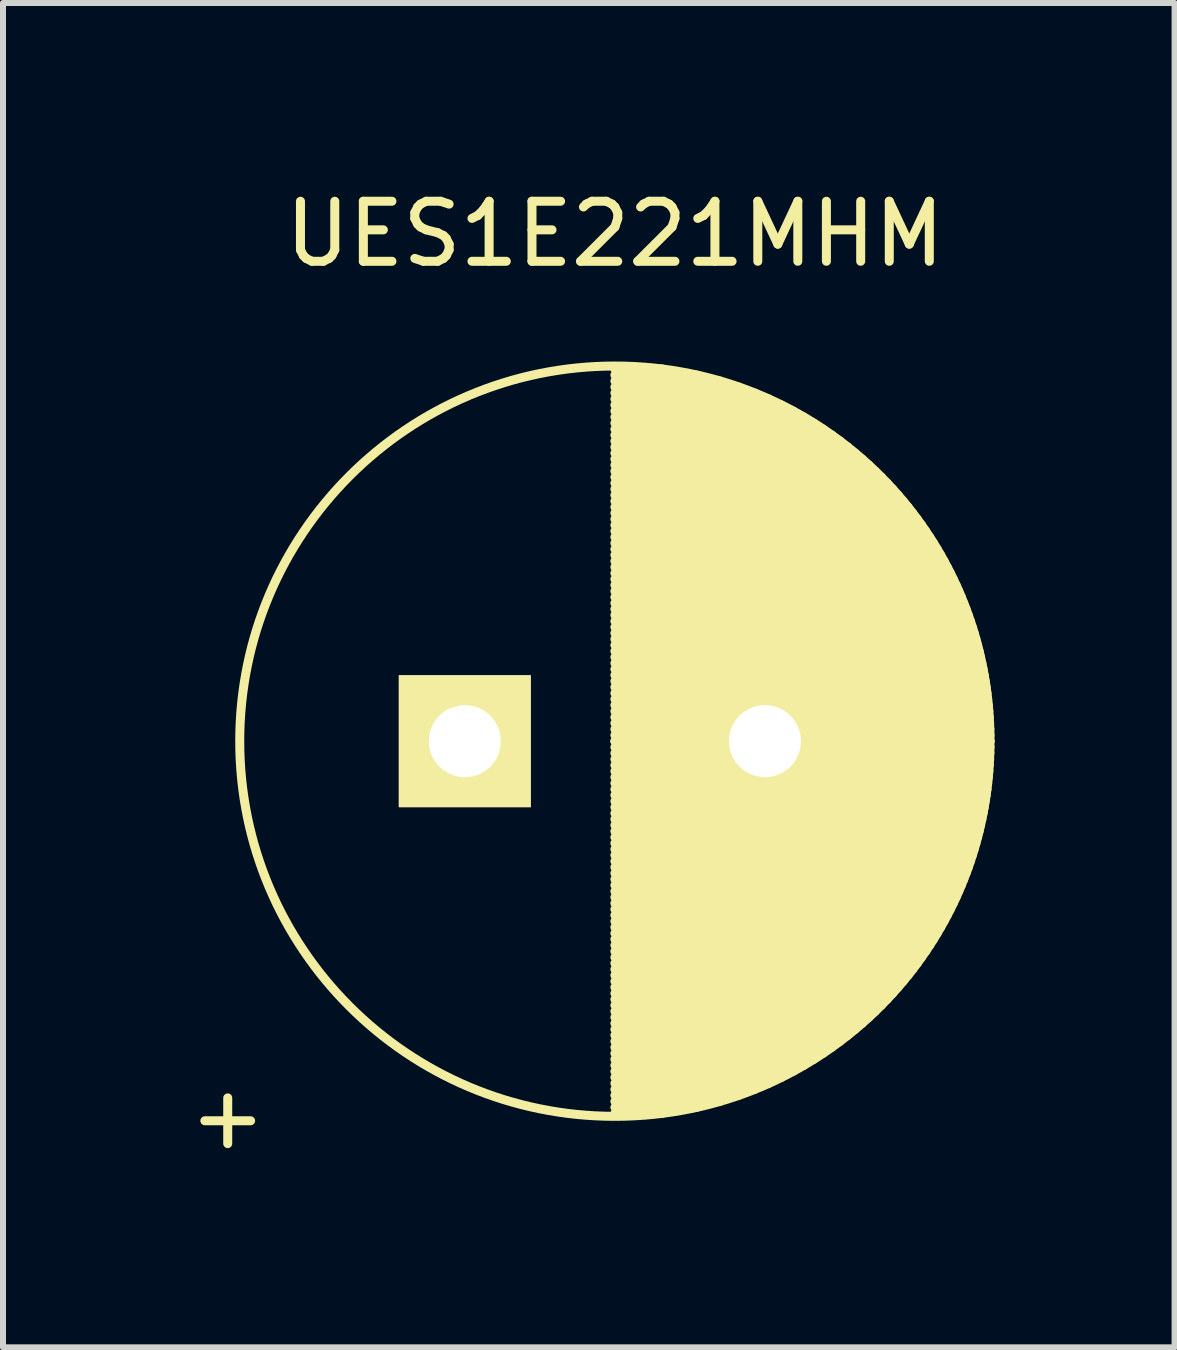
<source format=kicad_pcb>
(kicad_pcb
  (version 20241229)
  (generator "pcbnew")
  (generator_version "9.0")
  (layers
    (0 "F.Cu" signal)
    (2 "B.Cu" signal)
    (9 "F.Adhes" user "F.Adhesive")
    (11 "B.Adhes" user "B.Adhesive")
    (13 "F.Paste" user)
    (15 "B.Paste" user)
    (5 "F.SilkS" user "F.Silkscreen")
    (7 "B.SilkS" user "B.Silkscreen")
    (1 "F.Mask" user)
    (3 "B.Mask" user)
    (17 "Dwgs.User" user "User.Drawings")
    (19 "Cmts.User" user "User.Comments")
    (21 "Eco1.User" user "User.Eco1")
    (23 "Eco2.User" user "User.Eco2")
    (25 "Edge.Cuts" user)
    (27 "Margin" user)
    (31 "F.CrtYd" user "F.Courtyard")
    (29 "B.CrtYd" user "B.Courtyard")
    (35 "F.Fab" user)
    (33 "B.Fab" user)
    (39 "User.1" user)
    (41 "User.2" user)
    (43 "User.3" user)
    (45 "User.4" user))
  (footprint "UES1E221MHM"
    (layer "F.Cu")
    (at 4.694 9.298)
    (property "Reference" "UES1E221MHM" (at 2.5 -8.45 0) (layer "F.SilkS") (effects (font (size 1 1) (thickness 0.15))))
    (attr through_hole)
    (fp_line (start 2.5 -6.2) (end 3.289 -6.2) (stroke (width 0.15) (type solid)) (layer "F.SilkS"))
    (fp_line (start 2.5 -6.1) (end 3.861 -6.1) (stroke (width 0.15) (type solid)) (layer "F.SilkS"))
    (fp_line (start 2.5 -6) (end 4.25 -6) (stroke (width 0.15) (type solid)) (layer "F.SilkS"))
    (fp_line (start 2.5 -5.9) (end 4.562 -5.9) (stroke (width 0.15) (type solid)) (layer "F.SilkS"))
    (fp_line (start 2.5 -5.8) (end 4.829 -5.8) (stroke (width 0.15) (type solid)) (layer "F.SilkS"))
    (fp_line (start 2.5 -5.7) (end 5.064 -5.7) (stroke (width 0.15) (type solid)) (layer "F.SilkS"))
    (fp_line (start 2.5 -5.6) (end 5.275 -5.6) (stroke (width 0.15) (type solid)) (layer "F.SilkS"))
    (fp_line (start 2.5 -5.5) (end 5.469 -5.5) (stroke (width 0.15) (type solid)) (layer "F.SilkS"))
    (fp_line (start 2.5 -5.4) (end 5.647 -5.4) (stroke (width 0.15) (type solid)) (layer "F.SilkS"))
    (fp_line (start 2.5 -5.3) (end 5.812 -5.3) (stroke (width 0.15) (type solid)) (layer "F.SilkS"))
    (fp_line (start 2.5 -5.2) (end 5.967 -5.2) (stroke (width 0.15) (type solid)) (layer "F.SilkS"))
    (fp_line (start 2.5 -5.1) (end 6.113 -5.1) (stroke (width 0.15) (type solid)) (layer "F.SilkS"))
    (fp_line (start 2.5 -5) (end 6.25 -5) (stroke (width 0.15) (type solid)) (layer "F.SilkS"))
    (fp_line (start 2.5 -4.9) (end 6.38 -4.9) (stroke (width 0.15) (type solid)) (layer "F.SilkS"))
    (fp_line (start 2.5 -4.8) (end 6.503 -4.8) (stroke (width 0.15) (type solid)) (layer "F.SilkS"))
    (fp_line (start 2.5 -4.7) (end 6.62 -4.7) (stroke (width 0.15) (type solid)) (layer "F.SilkS"))
    (fp_line (start 2.5 -4.6) (end 6.731 -4.6) (stroke (width 0.15) (type solid)) (layer "F.SilkS"))
    (fp_line (start 2.5 -4.5) (end 6.837 -4.5) (stroke (width 0.15) (type solid)) (layer "F.SilkS"))
    (fp_line (start 2.5 -4.4) (end 6.939 -4.4) (stroke (width 0.15) (type solid)) (layer "F.SilkS"))
    (fp_line (start 2.5 -4.3) (end 7.036 -4.3) (stroke (width 0.15) (type solid)) (layer "F.SilkS"))
    (fp_line (start 2.5 -4.2) (end 7.128 -4.2) (stroke (width 0.15) (type solid)) (layer "F.SilkS"))
    (fp_line (start 2.5 -4.1) (end 7.217 -4.1) (stroke (width 0.15) (type solid)) (layer "F.SilkS"))
    (fp_line (start 2.5 -4) (end 7.302 -4) (stroke (width 0.15) (type solid)) (layer "F.SilkS"))
    (fp_line (start 2.5 -3.9) (end 7.384 -3.9) (stroke (width 0.15) (type solid)) (layer "F.SilkS"))
    (fp_line (start 2.5 -3.8) (end 7.462 -3.8) (stroke (width 0.15) (type solid)) (layer "F.SilkS"))
    (fp_line (start 2.5 -3.7) (end 7.537 -3.7) (stroke (width 0.15) (type solid)) (layer "F.SilkS"))
    (fp_line (start 2.5 -3.6) (end 7.609 -3.6) (stroke (width 0.15) (type solid)) (layer "F.SilkS"))
    (fp_line (start 2.5 -3.5) (end 7.678 -3.5) (stroke (width 0.15) (type solid)) (layer "F.SilkS"))
    (fp_line (start 2.5 -3.4) (end 7.744 -3.4) (stroke (width 0.15) (type solid)) (layer "F.SilkS"))
    (fp_line (start 2.5 -3.3) (end 7.808 -3.3) (stroke (width 0.15) (type solid)) (layer "F.SilkS"))
    (fp_line (start 2.5 -3.2) (end 7.869 -3.2) (stroke (width 0.15) (type solid)) (layer "F.SilkS"))
    (fp_line (start 2.5 -3.1) (end 7.927 -3.1) (stroke (width 0.15) (type solid)) (layer "F.SilkS"))
    (fp_line (start 2.5 -3) (end 7.983 -3) (stroke (width 0.15) (type solid)) (layer "F.SilkS"))
    (fp_line (start 2.5 -2.9) (end 8.036 -2.9) (stroke (width 0.15) (type solid)) (layer "F.SilkS"))
    (fp_line (start 2.5 -2.8) (end 8.088 -2.8) (stroke (width 0.15) (type solid)) (layer "F.SilkS"))
    (fp_line (start 2.5 -2.7) (end 8.137 -2.7) (stroke (width 0.15) (type solid)) (layer "F.SilkS"))
    (fp_line (start 2.5 -2.6) (end 8.184 -2.6) (stroke (width 0.15) (type solid)) (layer "F.SilkS"))
    (fp_line (start 2.5 -2.5) (end 8.228 -2.5) (stroke (width 0.15) (type solid)) (layer "F.SilkS"))
    (fp_line (start 2.5 -2.4) (end 8.271 -2.4) (stroke (width 0.15) (type solid)) (layer "F.SilkS"))
    (fp_line (start 2.5 -2.3) (end 8.311 -2.3) (stroke (width 0.15) (type solid)) (layer "F.SilkS"))
    (fp_line (start 2.5 -2.2) (end 8.35 -2.2) (stroke (width 0.15) (type solid)) (layer "F.SilkS"))
    (fp_line (start 2.5 -2.1) (end 8.387 -2.1) (stroke (width 0.15) (type solid)) (layer "F.SilkS"))
    (fp_line (start 2.5 -2) (end 8.421 -2) (stroke (width 0.15) (type solid)) (layer "F.SilkS"))
    (fp_line (start 2.5 -1.9) (end 8.454 -1.9) (stroke (width 0.15) (type solid)) (layer "F.SilkS"))
    (fp_line (start 2.5 -1.8) (end 8.485 -1.8) (stroke (width 0.15) (type solid)) (layer "F.SilkS"))
    (fp_line (start 2.5 -1.7) (end 8.514 -1.7) (stroke (width 0.15) (type solid)) (layer "F.SilkS"))
    (fp_line (start 2.5 -1.6) (end 8.542 -1.6) (stroke (width 0.15) (type solid)) (layer "F.SilkS"))
    (fp_line (start 2.5 -1.5) (end 8.567 -1.5) (stroke (width 0.15) (type solid)) (layer "F.SilkS"))
    (fp_line (start 2.5 -1.4) (end 8.591 -1.4) (stroke (width 0.15) (type solid)) (layer "F.SilkS"))
    (fp_line (start 2.5 -1.3) (end 8.613 -1.3) (stroke (width 0.15) (type solid)) (layer "F.SilkS"))
    (fp_line (start 2.5 -1.2) (end 8.634 -1.2) (stroke (width 0.15) (type solid)) (layer "F.SilkS"))
    (fp_line (start 2.5 -1.1) (end 8.652 -1.1) (stroke (width 0.15) (type solid)) (layer "F.SilkS"))
    (fp_line (start 2.5 -1) (end 8.669 -1) (stroke (width 0.15) (type solid)) (layer "F.SilkS"))
    (fp_line (start 2.5 -0.9) (end 8.685 -0.9) (stroke (width 0.15) (type solid)) (layer "F.SilkS"))
    (fp_line (start 2.5 -0.8) (end 8.699 -0.8) (stroke (width 0.15) (type solid)) (layer "F.SilkS"))
    (fp_line (start 2.5 -0.7) (end 8.711 -0.7) (stroke (width 0.15) (type solid)) (layer "F.SilkS"))
    (fp_line (start 2.5 -0.6) (end 8.721 -0.6) (stroke (width 0.15) (type solid)) (layer "F.SilkS"))
    (fp_line (start 2.5 -0.5) (end 8.73 -0.5) (stroke (width 0.15) (type solid)) (layer "F.SilkS"))
    (fp_line (start 2.5 -0.4) (end 8.737 -0.4) (stroke (width 0.15) (type solid)) (layer "F.SilkS"))
    (fp_line (start 2.5 -0.3) (end 8.743 -0.3) (stroke (width 0.15) (type solid)) (layer "F.SilkS"))
    (fp_line (start 2.5 -0.2) (end 8.747 -0.2) (stroke (width 0.15) (type solid)) (layer "F.SilkS"))
    (fp_line (start 2.5 -0.1) (end 8.749 -0.1) (stroke (width 0.15) (type solid)) (layer "F.SilkS"))
    (fp_line (start 2.5 0) (end 8.75 0) (stroke (width 0.15) (type solid)) (layer "F.SilkS"))
    (fp_line (start 2.5 0) (end 8.75 0) (stroke (width 0.15) (type solid)) (layer "F.SilkS"))
    (fp_line (start 2.5 0.1) (end 8.749 0.1) (stroke (width 0.15) (type solid)) (layer "F.SilkS"))
    (fp_line (start 2.5 0.2) (end 8.747 0.2) (stroke (width 0.15) (type solid)) (layer "F.SilkS"))
    (fp_line (start 2.5 0.3) (end 8.743 0.3) (stroke (width 0.15) (type solid)) (layer "F.SilkS"))
    (fp_line (start 2.5 0.4) (end 8.737 0.4) (stroke (width 0.15) (type solid)) (layer "F.SilkS"))
    (fp_line (start 2.5 0.5) (end 8.73 0.5) (stroke (width 0.15) (type solid)) (layer "F.SilkS"))
    (fp_line (start 2.5 0.6) (end 8.721 0.6) (stroke (width 0.15) (type solid)) (layer "F.SilkS"))
    (fp_line (start 2.5 0.7) (end 8.711 0.7) (stroke (width 0.15) (type solid)) (layer "F.SilkS"))
    (fp_line (start 2.5 0.8) (end 8.699 0.8) (stroke (width 0.15) (type solid)) (layer "F.SilkS"))
    (fp_line (start 2.5 0.9) (end 8.685 0.9) (stroke (width 0.15) (type solid)) (layer "F.SilkS"))
    (fp_line (start 2.5 1) (end 8.669 1) (stroke (width 0.15) (type solid)) (layer "F.SilkS"))
    (fp_line (start 2.5 1.1) (end 8.652 1.1) (stroke (width 0.15) (type solid)) (layer "F.SilkS"))
    (fp_line (start 2.5 1.2) (end 8.634 1.2) (stroke (width 0.15) (type solid)) (layer "F.SilkS"))
    (fp_line (start 2.5 1.3) (end 8.613 1.3) (stroke (width 0.15) (type solid)) (layer "F.SilkS"))
    (fp_line (start 2.5 1.4) (end 8.591 1.4) (stroke (width 0.15) (type solid)) (layer "F.SilkS"))
    (fp_line (start 2.5 1.5) (end 8.567 1.5) (stroke (width 0.15) (type solid)) (layer "F.SilkS"))
    (fp_line (start 2.5 1.6) (end 8.542 1.6) (stroke (width 0.15) (type solid)) (layer "F.SilkS"))
    (fp_line (start 2.5 1.7) (end 8.514 1.7) (stroke (width 0.15) (type solid)) (layer "F.SilkS"))
    (fp_line (start 2.5 1.8) (end 8.485 1.8) (stroke (width 0.15) (type solid)) (layer "F.SilkS"))
    (fp_line (start 2.5 1.9) (end 8.454 1.9) (stroke (width 0.15) (type solid)) (layer "F.SilkS"))
    (fp_line (start 2.5 2) (end 8.421 2) (stroke (width 0.15) (type solid)) (layer "F.SilkS"))
    (fp_line (start 2.5 2.1) (end 8.387 2.1) (stroke (width 0.15) (type solid)) (layer "F.SilkS"))
    (fp_line (start 2.5 2.2) (end 8.35 2.2) (stroke (width 0.15) (type solid)) (layer "F.SilkS"))
    (fp_line (start 2.5 2.3) (end 8.311 2.3) (stroke (width 0.15) (type solid)) (layer "F.SilkS"))
    (fp_line (start 2.5 2.4) (end 8.271 2.4) (stroke (width 0.15) (type solid)) (layer "F.SilkS"))
    (fp_line (start 2.5 2.5) (end 8.228 2.5) (stroke (width 0.15) (type solid)) (layer "F.SilkS"))
    (fp_line (start 2.5 2.6) (end 8.184 2.6) (stroke (width 0.15) (type solid)) (layer "F.SilkS"))
    (fp_line (start 2.5 2.7) (end 8.137 2.7) (stroke (width 0.15) (type solid)) (layer "F.SilkS"))
    (fp_line (start 2.5 2.8) (end 8.088 2.8) (stroke (width 0.15) (type solid)) (layer "F.SilkS"))
    (fp_line (start 2.5 2.9) (end 8.036 2.9) (stroke (width 0.15) (type solid)) (layer "F.SilkS"))
    (fp_line (start 2.5 3) (end 7.983 3) (stroke (width 0.15) (type solid)) (layer "F.SilkS"))
    (fp_line (start 2.5 3.1) (end 7.927 3.1) (stroke (width 0.15) (type solid)) (layer "F.SilkS"))
    (fp_line (start 2.5 3.2) (end 7.869 3.2) (stroke (width 0.15) (type solid)) (layer "F.SilkS"))
    (fp_line (start 2.5 3.3) (end 7.808 3.3) (stroke (width 0.15) (type solid)) (layer "F.SilkS"))
    (fp_line (start 2.5 3.4) (end 7.744 3.4) (stroke (width 0.15) (type solid)) (layer "F.SilkS"))
    (fp_line (start 2.5 3.5) (end 7.678 3.5) (stroke (width 0.15) (type solid)) (layer "F.SilkS"))
    (fp_line (start 2.5 3.6) (end 7.609 3.6) (stroke (width 0.15) (type solid)) (layer "F.SilkS"))
    (fp_line (start 2.5 3.7) (end 7.537 3.7) (stroke (width 0.15) (type solid)) (layer "F.SilkS"))
    (fp_line (start 2.5 3.8) (end 7.462 3.8) (stroke (width 0.15) (type solid)) (layer "F.SilkS"))
    (fp_line (start 2.5 3.9) (end 7.384 3.9) (stroke (width 0.15) (type solid)) (layer "F.SilkS"))
    (fp_line (start 2.5 4) (end 7.302 4) (stroke (width 0.15) (type solid)) (layer "F.SilkS"))
    (fp_line (start 2.5 4.1) (end 7.217 4.1) (stroke (width 0.15) (type solid)) (layer "F.SilkS"))
    (fp_line (start 2.5 4.2) (end 7.128 4.2) (stroke (width 0.15) (type solid)) (layer "F.SilkS"))
    (fp_line (start 2.5 4.3) (end 7.036 4.3) (stroke (width 0.15) (type solid)) (layer "F.SilkS"))
    (fp_line (start 2.5 4.4) (end 6.939 4.4) (stroke (width 0.15) (type solid)) (layer "F.SilkS"))
    (fp_line (start 2.5 4.5) (end 6.837 4.5) (stroke (width 0.15) (type solid)) (layer "F.SilkS"))
    (fp_line (start 2.5 4.6) (end 6.731 4.6) (stroke (width 0.15) (type solid)) (layer "F.SilkS"))
    (fp_line (start 2.5 4.7) (end 6.62 4.7) (stroke (width 0.15) (type solid)) (layer "F.SilkS"))
    (fp_line (start 2.5 4.8) (end 6.503 4.8) (stroke (width 0.15) (type solid)) (layer "F.SilkS"))
    (fp_line (start 2.5 4.9) (end 6.38 4.9) (stroke (width 0.15) (type solid)) (layer "F.SilkS"))
    (fp_line (start 2.5 5) (end 6.25 5) (stroke (width 0.15) (type solid)) (layer "F.SilkS"))
    (fp_line (start 2.5 5.1) (end 6.113 5.1) (stroke (width 0.15) (type solid)) (layer "F.SilkS"))
    (fp_line (start 2.5 5.2) (end 5.967 5.2) (stroke (width 0.15) (type solid)) (layer "F.SilkS"))
    (fp_line (start 2.5 5.3) (end 5.812 5.3) (stroke (width 0.15) (type solid)) (layer "F.SilkS"))
    (fp_line (start 2.5 5.4) (end 5.647 5.4) (stroke (width 0.15) (type solid)) (layer "F.SilkS"))
    (fp_line (start 2.5 5.5) (end 5.469 5.5) (stroke (width 0.15) (type solid)) (layer "F.SilkS"))
    (fp_line (start 2.5 5.6) (end 5.275 5.6) (stroke (width 0.15) (type solid)) (layer "F.SilkS"))
    (fp_line (start 2.5 5.7) (end 5.064 5.7) (stroke (width 0.15) (type solid)) (layer "F.SilkS"))
    (fp_line (start 2.5 5.8) (end 4.829 5.8) (stroke (width 0.15) (type solid)) (layer "F.SilkS"))
    (fp_line (start 2.5 5.9) (end 4.562 5.9) (stroke (width 0.15) (type solid)) (layer "F.SilkS"))
    (fp_line (start 2.5 6) (end 4.25 6) (stroke (width 0.15) (type solid)) (layer "F.SilkS"))
    (fp_line (start 2.5 6.1) (end 3.861 6.1) (stroke (width 0.15) (type solid)) (layer "F.SilkS"))
    (fp_line (start 2.5 6.2) (end 3.289 6.2) (stroke (width 0.15) (type solid)) (layer "F.SilkS"))
    (fp_circle (center 2.5 0) (end 2.5 -6.25) (stroke (width 0.15) (type solid)) (fill no) (layer "F.SilkS"))
    (fp_text user "+" (at -3.95 6.25 0) (layer "F.SilkS") (effects (font (size 1 1) (thickness 0.15))))
    (pad "1" thru_hole rect (at 0 0) (size 2.2 2.2) (drill 1.2) (layers "*.Cu" "*.Mask" "F.SilkS"))
    (pad "2" thru_hole circle (at 5 0) (size 2.2 2.2) (drill 1.2) (layers "*.Cu" "*.Mask" "F.SilkS")))
  (gr_rect
    (start -3 -3)
    (end 16.519 19.396)
    (stroke (width 0.1) (type default))
    (fill no)
    (layer "Edge.Cuts")))
</source>
